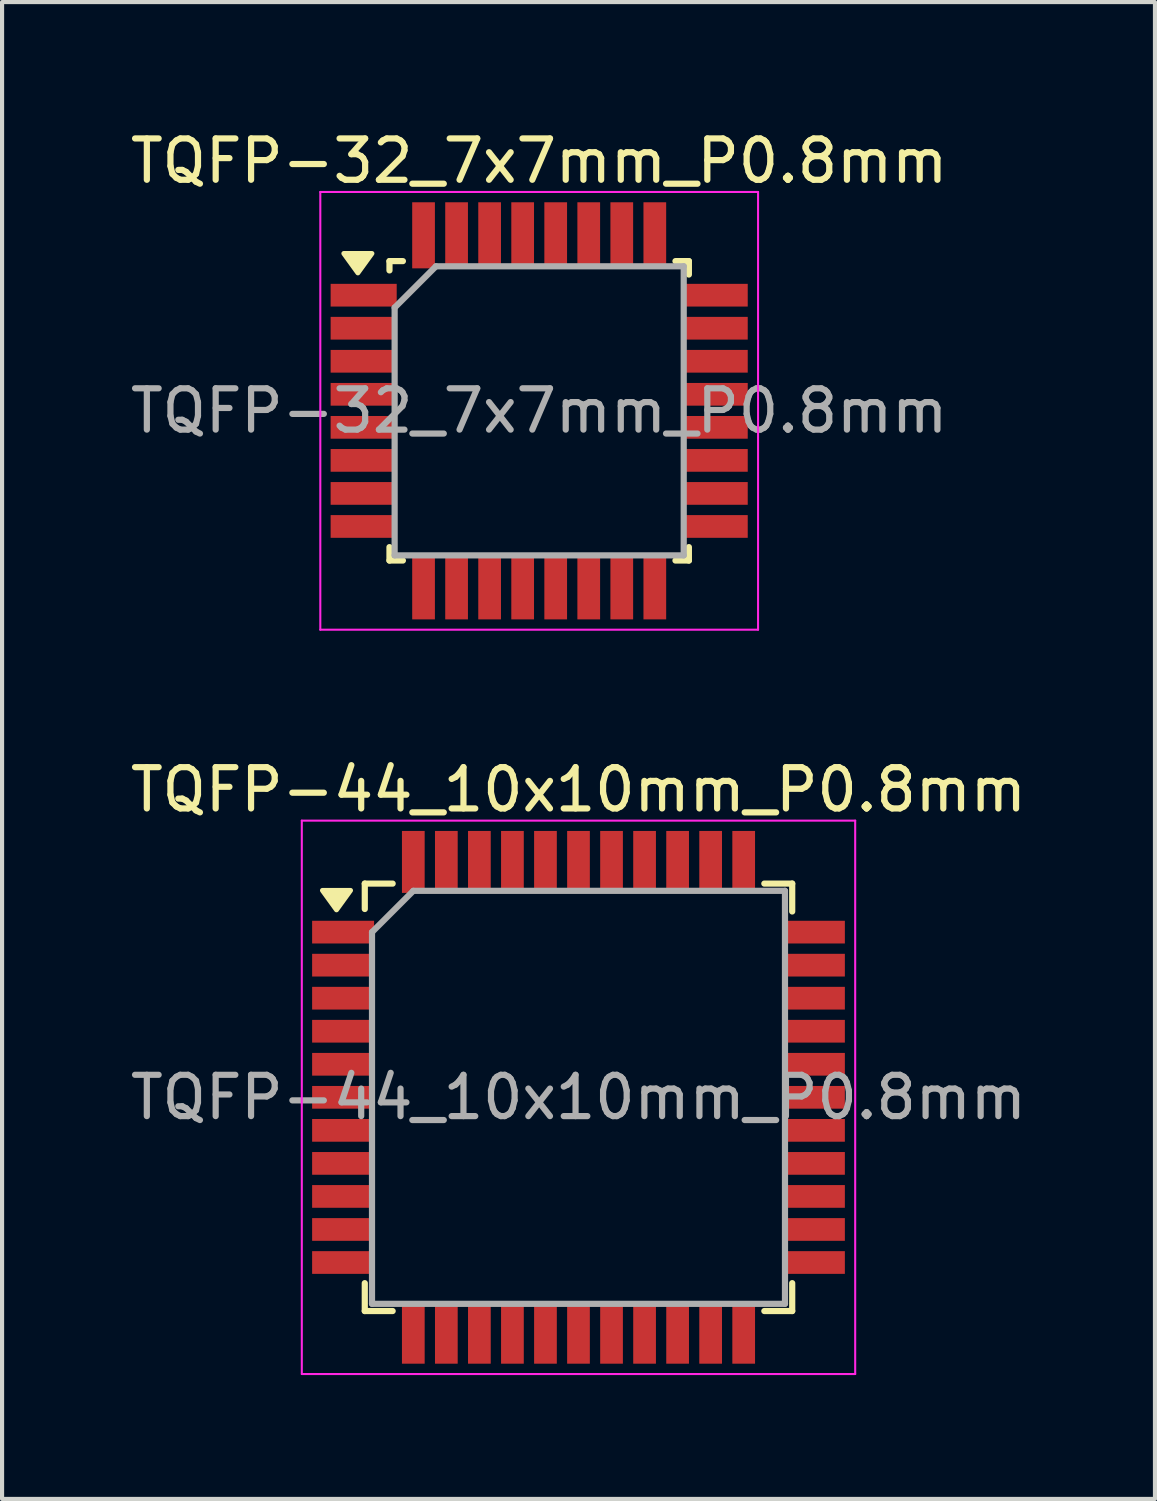
<source format=kicad_pcb>
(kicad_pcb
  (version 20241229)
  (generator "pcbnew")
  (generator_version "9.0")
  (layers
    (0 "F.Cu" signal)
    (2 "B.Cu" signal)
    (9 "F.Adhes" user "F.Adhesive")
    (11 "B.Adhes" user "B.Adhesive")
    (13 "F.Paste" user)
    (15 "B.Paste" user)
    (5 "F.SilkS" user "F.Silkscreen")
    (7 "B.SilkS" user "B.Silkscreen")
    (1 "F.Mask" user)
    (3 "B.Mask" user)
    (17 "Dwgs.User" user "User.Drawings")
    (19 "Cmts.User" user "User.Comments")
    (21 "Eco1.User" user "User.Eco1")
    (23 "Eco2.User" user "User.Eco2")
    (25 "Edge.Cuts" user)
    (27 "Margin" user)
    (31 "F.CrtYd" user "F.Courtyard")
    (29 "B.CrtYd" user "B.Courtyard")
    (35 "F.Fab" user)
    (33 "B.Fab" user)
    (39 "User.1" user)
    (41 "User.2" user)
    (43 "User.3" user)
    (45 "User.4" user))
  (footprint "TQFP-32_7x7mm_P0.8mm"
    (layer "F.Cu")
    (at 10.006 6.898)
    (property "Reference" "TQFP-32_7x7mm_P0.8mm" (at 0 -6.05 0) (layer "F.SilkS") (effects (font (size 1 1) (thickness 0.15))))
    (attr smd)
    (fp_line (start -3.625 -3.625) (end -3.625 -3.4) (stroke (width 0.15) (type solid)) (layer "F.SilkS"))
    (fp_line (start -3.625 -3.625) (end -3.3 -3.625) (stroke (width 0.15) (type solid)) (layer "F.SilkS"))
    (fp_line (start -3.625 3.625) (end -3.625 3.3) (stroke (width 0.15) (type solid)) (layer "F.SilkS"))
    (fp_line (start -3.625 3.625) (end -3.3 3.625) (stroke (width 0.15) (type solid)) (layer "F.SilkS"))
    (fp_line (start 3.625 -3.625) (end 3.3 -3.625) (stroke (width 0.15) (type solid)) (layer "F.SilkS"))
    (fp_line (start 3.625 -3.625) (end 3.625 -3.3) (stroke (width 0.15) (type solid)) (layer "F.SilkS"))
    (fp_line (start 3.625 3.625) (end 3.3 3.625) (stroke (width 0.15) (type solid)) (layer "F.SilkS"))
    (fp_line (start 3.625 3.625) (end 3.625 3.3) (stroke (width 0.15) (type solid)) (layer "F.SilkS"))
    (fp_poly (pts (xy -4.39 -3.34) (xy -4.73 -3.81) (xy -4.05 -3.81) (xy -4.39 -3.34)) (stroke (width 0.12) (type solid)) (fill yes) (layer "F.SilkS"))
    (fp_line (start -5.3 -5.3) (end -5.3 5.3) (stroke (width 0.05) (type solid)) (layer "F.CrtYd"))
    (fp_line (start -5.3 -5.3) (end 5.3 -5.3) (stroke (width 0.05) (type solid)) (layer "F.CrtYd"))
    (fp_line (start -5.3 5.3) (end 5.3 5.3) (stroke (width 0.05) (type solid)) (layer "F.CrtYd"))
    (fp_line (start 5.3 -5.3) (end 5.3 5.3) (stroke (width 0.05) (type solid)) (layer "F.CrtYd"))
    (fp_line (start -3.5 -2.5) (end -2.5 -3.5) (stroke (width 0.15) (type solid)) (layer "F.Fab"))
    (fp_line (start -3.5 3.5) (end -3.5 -2.5) (stroke (width 0.15) (type solid)) (layer "F.Fab"))
    (fp_line (start -2.5 -3.5) (end 3.5 -3.5) (stroke (width 0.15) (type solid)) (layer "F.Fab"))
    (fp_line (start 3.5 -3.5) (end 3.5 3.5) (stroke (width 0.15) (type solid)) (layer "F.Fab"))
    (fp_line (start 3.5 3.5) (end -3.5 3.5) (stroke (width 0.15) (type solid)) (layer "F.Fab"))
    (fp_text user "${REFERENCE}" (at 0 0 0) (layer "F.Fab") (effects (font (size 1 1) (thickness 0.15))))
    (pad "1" smd rect (at -4.25 -2.8) (size 1.6 0.55) (layers "F.Cu" "F.Mask" "F.Paste"))
    (pad "2" smd rect (at -4.25 -2) (size 1.6 0.55) (layers "F.Cu" "F.Mask" "F.Paste"))
    (pad "3" smd rect (at -4.25 -1.2) (size 1.6 0.55) (layers "F.Cu" "F.Mask" "F.Paste"))
    (pad "4" smd rect (at -4.25 -0.4) (size 1.6 0.55) (layers "F.Cu" "F.Mask" "F.Paste"))
    (pad "5" smd rect (at -4.25 0.4) (size 1.6 0.55) (layers "F.Cu" "F.Mask" "F.Paste"))
    (pad "6" smd rect (at -4.25 1.2) (size 1.6 0.55) (layers "F.Cu" "F.Mask" "F.Paste"))
    (pad "7" smd rect (at -4.25 2) (size 1.6 0.55) (layers "F.Cu" "F.Mask" "F.Paste"))
    (pad "8" smd rect (at -4.25 2.8) (size 1.6 0.55) (layers "F.Cu" "F.Mask" "F.Paste"))
    (pad "9" smd rect (at -2.8 4.25 90) (size 1.6 0.55) (layers "F.Cu" "F.Mask" "F.Paste"))
    (pad "10" smd rect (at -2 4.25 90) (size 1.6 0.55) (layers "F.Cu" "F.Mask" "F.Paste"))
    (pad "11" smd rect (at -1.2 4.25 90) (size 1.6 0.55) (layers "F.Cu" "F.Mask" "F.Paste"))
    (pad "12" smd rect (at -0.4 4.25 90) (size 1.6 0.55) (layers "F.Cu" "F.Mask" "F.Paste"))
    (pad "13" smd rect (at 0.4 4.25 90) (size 1.6 0.55) (layers "F.Cu" "F.Mask" "F.Paste"))
    (pad "14" smd rect (at 1.2 4.25 90) (size 1.6 0.55) (layers "F.Cu" "F.Mask" "F.Paste"))
    (pad "15" smd rect (at 2 4.25 90) (size 1.6 0.55) (layers "F.Cu" "F.Mask" "F.Paste"))
    (pad "16" smd rect (at 2.8 4.25 90) (size 1.6 0.55) (layers "F.Cu" "F.Mask" "F.Paste"))
    (pad "17" smd rect (at 4.25 2.8) (size 1.6 0.55) (layers "F.Cu" "F.Mask" "F.Paste"))
    (pad "18" smd rect (at 4.25 2) (size 1.6 0.55) (layers "F.Cu" "F.Mask" "F.Paste"))
    (pad "19" smd rect (at 4.25 1.2) (size 1.6 0.55) (layers "F.Cu" "F.Mask" "F.Paste"))
    (pad "20" smd rect (at 4.25 0.4) (size 1.6 0.55) (layers "F.Cu" "F.Mask" "F.Paste"))
    (pad "21" smd rect (at 4.25 -0.4) (size 1.6 0.55) (layers "F.Cu" "F.Mask" "F.Paste"))
    (pad "22" smd rect (at 4.25 -1.2) (size 1.6 0.55) (layers "F.Cu" "F.Mask" "F.Paste"))
    (pad "23" smd rect (at 4.25 -2) (size 1.6 0.55) (layers "F.Cu" "F.Mask" "F.Paste"))
    (pad "24" smd rect (at 4.25 -2.8) (size 1.6 0.55) (layers "F.Cu" "F.Mask" "F.Paste"))
    (pad "25" smd rect (at 2.8 -4.25 90) (size 1.6 0.55) (layers "F.Cu" "F.Mask" "F.Paste"))
    (pad "26" smd rect (at 2 -4.25 90) (size 1.6 0.55) (layers "F.Cu" "F.Mask" "F.Paste"))
    (pad "27" smd rect (at 1.2 -4.25 90) (size 1.6 0.55) (layers "F.Cu" "F.Mask" "F.Paste"))
    (pad "28" smd rect (at 0.4 -4.25 90) (size 1.6 0.55) (layers "F.Cu" "F.Mask" "F.Paste"))
    (pad "29" smd rect (at -0.4 -4.25 90) (size 1.6 0.55) (layers "F.Cu" "F.Mask" "F.Paste"))
    (pad "30" smd rect (at -1.2 -4.25 90) (size 1.6 0.55) (layers "F.Cu" "F.Mask" "F.Paste"))
    (pad "31" smd rect (at -2 -4.25 90) (size 1.6 0.55) (layers "F.Cu" "F.Mask" "F.Paste"))
    (pad "32" smd rect (at -2.8 -4.25 90) (size 1.6 0.55) (layers "F.Cu" "F.Mask" "F.Paste")))
  (footprint "TQFP-44_10x10mm_P0.8mm"
    (layer "F.Cu")
    (at 10.958 23.521)
    (property "Reference" "TQFP-44_10x10mm_P0.8mm" (at 0 -7.45 0) (layer "F.SilkS") (effects (font (size 1 1) (thickness 0.15))))
    (attr smd)
    (fp_line (start -5.175 -5.175) (end -5.175 -4.56) (stroke (width 0.15) (type solid)) (layer "F.SilkS"))
    (fp_line (start -5.175 -5.175) (end -4.5 -5.175) (stroke (width 0.15) (type solid)) (layer "F.SilkS"))
    (fp_line (start -5.175 5.175) (end -5.175 4.5) (stroke (width 0.15) (type solid)) (layer "F.SilkS"))
    (fp_line (start -5.175 5.175) (end -4.5 5.175) (stroke (width 0.15) (type solid)) (layer "F.SilkS"))
    (fp_line (start 5.175 -5.175) (end 4.5 -5.175) (stroke (width 0.15) (type solid)) (layer "F.SilkS"))
    (fp_line (start 5.175 -5.175) (end 5.175 -4.5) (stroke (width 0.15) (type solid)) (layer "F.SilkS"))
    (fp_line (start 5.175 5.175) (end 4.5 5.175) (stroke (width 0.15) (type solid)) (layer "F.SilkS"))
    (fp_line (start 5.175 5.175) (end 5.175 4.5) (stroke (width 0.15) (type solid)) (layer "F.SilkS"))
    (fp_poly (pts (xy -5.86 -4.54) (xy -6.2 -5.01) (xy -5.52 -5.01) (xy -5.86 -4.54)) (stroke (width 0.12) (type solid)) (fill yes) (layer "F.SilkS"))
    (fp_line (start -6.7 -6.7) (end -6.7 6.7) (stroke (width 0.05) (type solid)) (layer "F.CrtYd"))
    (fp_line (start -6.7 -6.7) (end 6.7 -6.7) (stroke (width 0.05) (type solid)) (layer "F.CrtYd"))
    (fp_line (start -6.7 6.7) (end 6.7 6.7) (stroke (width 0.05) (type solid)) (layer "F.CrtYd"))
    (fp_line (start 6.7 -6.7) (end 6.7 6.7) (stroke (width 0.05) (type solid)) (layer "F.CrtYd"))
    (fp_line (start -5 -4) (end -4 -5) (stroke (width 0.15) (type solid)) (layer "F.Fab"))
    (fp_line (start -5 5) (end -5 -4) (stroke (width 0.15) (type solid)) (layer "F.Fab"))
    (fp_line (start -4 -5) (end 5 -5) (stroke (width 0.15) (type solid)) (layer "F.Fab"))
    (fp_line (start 5 -5) (end 5 5) (stroke (width 0.15) (type solid)) (layer "F.Fab"))
    (fp_line (start 5 5) (end -5 5) (stroke (width 0.15) (type solid)) (layer "F.Fab"))
    (fp_text user "${REFERENCE}" (at 0 0 0) (layer "F.Fab") (effects (font (size 1 1) (thickness 0.15))))
    (pad "1" smd rect (at -5.7 -4) (size 1.5 0.55) (layers "F.Cu" "F.Mask" "F.Paste"))
    (pad "2" smd rect (at -5.7 -3.2) (size 1.5 0.55) (layers "F.Cu" "F.Mask" "F.Paste"))
    (pad "3" smd rect (at -5.7 -2.4) (size 1.5 0.55) (layers "F.Cu" "F.Mask" "F.Paste"))
    (pad "4" smd rect (at -5.7 -1.6) (size 1.5 0.55) (layers "F.Cu" "F.Mask" "F.Paste"))
    (pad "5" smd rect (at -5.7 -0.8) (size 1.5 0.55) (layers "F.Cu" "F.Mask" "F.Paste"))
    (pad "6" smd rect (at -5.7 0) (size 1.5 0.55) (layers "F.Cu" "F.Mask" "F.Paste"))
    (pad "7" smd rect (at -5.7 0.8) (size 1.5 0.55) (layers "F.Cu" "F.Mask" "F.Paste"))
    (pad "8" smd rect (at -5.7 1.6) (size 1.5 0.55) (layers "F.Cu" "F.Mask" "F.Paste"))
    (pad "9" smd rect (at -5.7 2.4) (size 1.5 0.55) (layers "F.Cu" "F.Mask" "F.Paste"))
    (pad "10" smd rect (at -5.7 3.2) (size 1.5 0.55) (layers "F.Cu" "F.Mask" "F.Paste"))
    (pad "11" smd rect (at -5.7 4) (size 1.5 0.55) (layers "F.Cu" "F.Mask" "F.Paste"))
    (pad "12" smd rect (at -4 5.7 90) (size 1.5 0.55) (layers "F.Cu" "F.Mask" "F.Paste"))
    (pad "13" smd rect (at -3.2 5.7 90) (size 1.5 0.55) (layers "F.Cu" "F.Mask" "F.Paste"))
    (pad "14" smd rect (at -2.4 5.7 90) (size 1.5 0.55) (layers "F.Cu" "F.Mask" "F.Paste"))
    (pad "15" smd rect (at -1.6 5.7 90) (size 1.5 0.55) (layers "F.Cu" "F.Mask" "F.Paste"))
    (pad "16" smd rect (at -0.8 5.7 90) (size 1.5 0.55) (layers "F.Cu" "F.Mask" "F.Paste"))
    (pad "17" smd rect (at 0 5.7 90) (size 1.5 0.55) (layers "F.Cu" "F.Mask" "F.Paste"))
    (pad "18" smd rect (at 0.8 5.7 90) (size 1.5 0.55) (layers "F.Cu" "F.Mask" "F.Paste"))
    (pad "19" smd rect (at 1.6 5.7 90) (size 1.5 0.55) (layers "F.Cu" "F.Mask" "F.Paste"))
    (pad "20" smd rect (at 2.4 5.7 90) (size 1.5 0.55) (layers "F.Cu" "F.Mask" "F.Paste"))
    (pad "21" smd rect (at 3.2 5.7 90) (size 1.5 0.55) (layers "F.Cu" "F.Mask" "F.Paste"))
    (pad "22" smd rect (at 4 5.7 90) (size 1.5 0.55) (layers "F.Cu" "F.Mask" "F.Paste"))
    (pad "23" smd rect (at 5.7 4) (size 1.5 0.55) (layers "F.Cu" "F.Mask" "F.Paste"))
    (pad "24" smd rect (at 5.7 3.2) (size 1.5 0.55) (layers "F.Cu" "F.Mask" "F.Paste"))
    (pad "25" smd rect (at 5.7 2.4) (size 1.5 0.55) (layers "F.Cu" "F.Mask" "F.Paste"))
    (pad "26" smd rect (at 5.7 1.6) (size 1.5 0.55) (layers "F.Cu" "F.Mask" "F.Paste"))
    (pad "27" smd rect (at 5.7 0.8) (size 1.5 0.55) (layers "F.Cu" "F.Mask" "F.Paste"))
    (pad "28" smd rect (at 5.7 0) (size 1.5 0.55) (layers "F.Cu" "F.Mask" "F.Paste"))
    (pad "29" smd rect (at 5.7 -0.8) (size 1.5 0.55) (layers "F.Cu" "F.Mask" "F.Paste"))
    (pad "30" smd rect (at 5.7 -1.6) (size 1.5 0.55) (layers "F.Cu" "F.Mask" "F.Paste"))
    (pad "31" smd rect (at 5.7 -2.4) (size 1.5 0.55) (layers "F.Cu" "F.Mask" "F.Paste"))
    (pad "32" smd rect (at 5.7 -3.2) (size 1.5 0.55) (layers "F.Cu" "F.Mask" "F.Paste"))
    (pad "33" smd rect (at 5.7 -4) (size 1.5 0.55) (layers "F.Cu" "F.Mask" "F.Paste"))
    (pad "34" smd rect (at 4 -5.7 90) (size 1.5 0.55) (layers "F.Cu" "F.Mask" "F.Paste"))
    (pad "35" smd rect (at 3.2 -5.7 90) (size 1.5 0.55) (layers "F.Cu" "F.Mask" "F.Paste"))
    (pad "36" smd rect (at 2.4 -5.7 90) (size 1.5 0.55) (layers "F.Cu" "F.Mask" "F.Paste"))
    (pad "37" smd rect (at 1.6 -5.7 90) (size 1.5 0.55) (layers "F.Cu" "F.Mask" "F.Paste"))
    (pad "38" smd rect (at 0.8 -5.7 90) (size 1.5 0.55) (layers "F.Cu" "F.Mask" "F.Paste"))
    (pad "39" smd rect (at 0 -5.7 90) (size 1.5 0.55) (layers "F.Cu" "F.Mask" "F.Paste"))
    (pad "40" smd rect (at -0.8 -5.7 90) (size 1.5 0.55) (layers "F.Cu" "F.Mask" "F.Paste"))
    (pad "41" smd rect (at -1.6 -5.7 90) (size 1.5 0.55) (layers "F.Cu" "F.Mask" "F.Paste"))
    (pad "42" smd rect (at -2.4 -5.7 90) (size 1.5 0.55) (layers "F.Cu" "F.Mask" "F.Paste"))
    (pad "43" smd rect (at -3.2 -5.7 90) (size 1.5 0.55) (layers "F.Cu" "F.Mask" "F.Paste"))
    (pad "44" smd rect (at -4 -5.7 90) (size 1.5 0.55) (layers "F.Cu" "F.Mask" "F.Paste")))
  (gr_rect
    (start -3 -3)
    (end 24.917 33.246)
    (stroke (width 0.1) (type default))
    (fill no)
    (layer "Edge.Cuts")))
</source>
